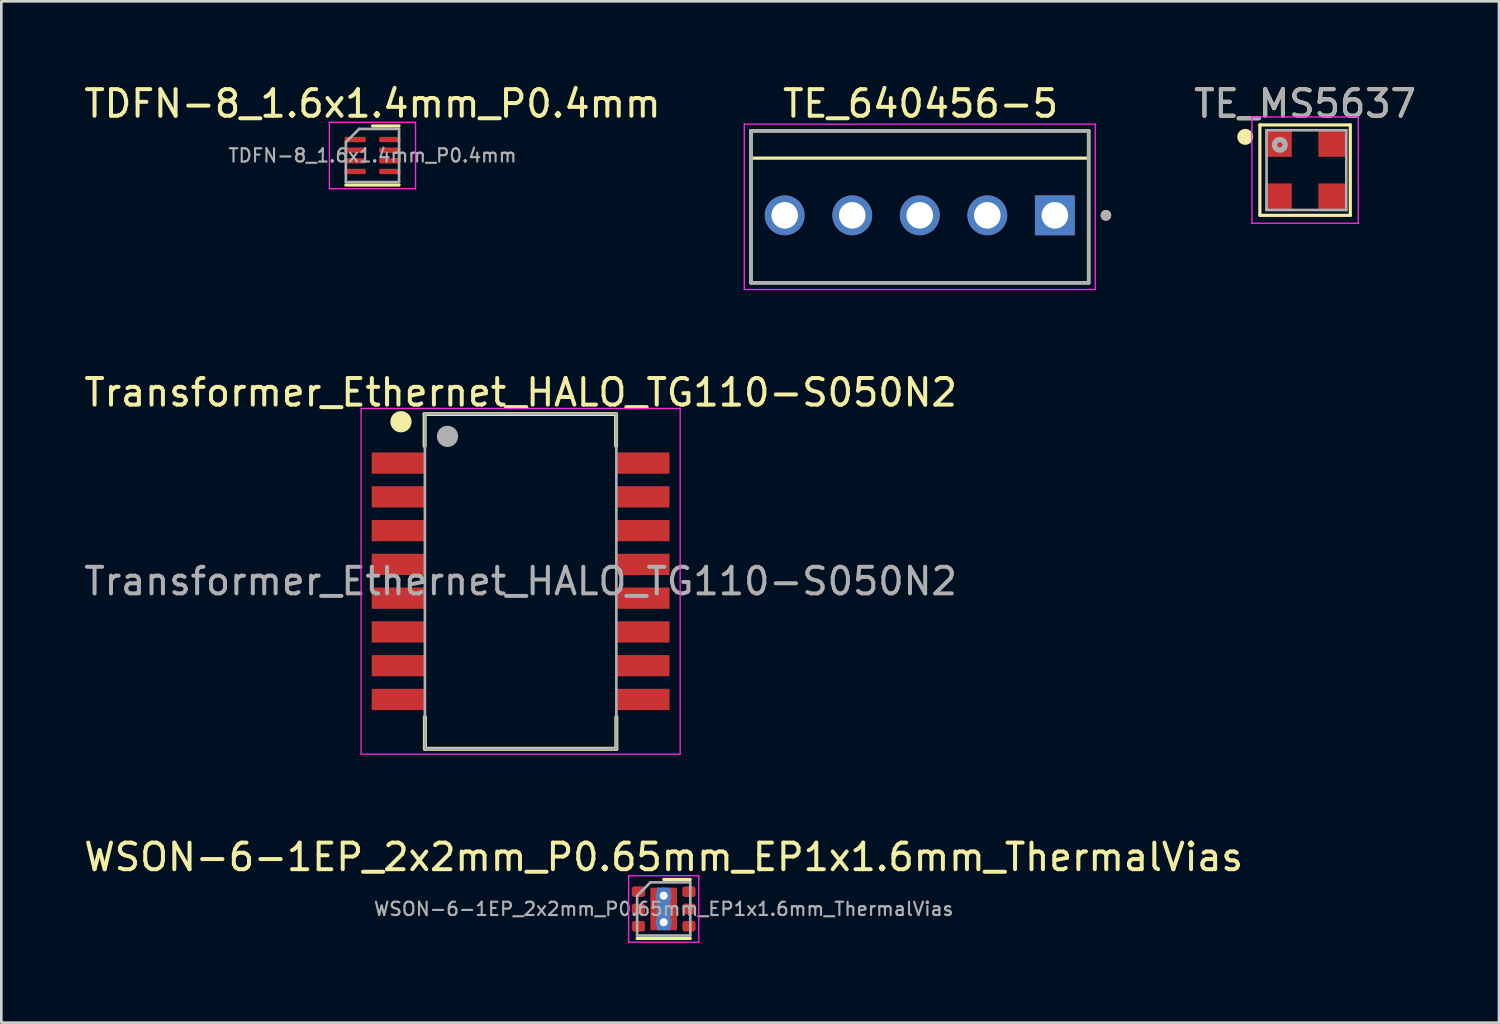
<source format=kicad_pcb>
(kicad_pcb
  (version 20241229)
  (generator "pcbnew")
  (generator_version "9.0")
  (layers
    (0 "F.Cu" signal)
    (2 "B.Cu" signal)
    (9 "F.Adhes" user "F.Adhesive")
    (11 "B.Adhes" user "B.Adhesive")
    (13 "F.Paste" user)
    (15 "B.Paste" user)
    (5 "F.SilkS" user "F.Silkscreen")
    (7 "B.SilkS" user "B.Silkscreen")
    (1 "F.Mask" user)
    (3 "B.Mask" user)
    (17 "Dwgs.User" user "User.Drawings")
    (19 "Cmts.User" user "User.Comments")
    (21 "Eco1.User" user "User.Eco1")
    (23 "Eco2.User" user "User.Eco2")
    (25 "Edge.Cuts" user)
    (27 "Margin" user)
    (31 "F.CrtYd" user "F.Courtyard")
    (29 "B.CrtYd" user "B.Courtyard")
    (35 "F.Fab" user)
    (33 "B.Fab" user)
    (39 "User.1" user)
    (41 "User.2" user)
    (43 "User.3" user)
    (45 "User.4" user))
  (footprint "TE_MS5637"
    (layer "F.Cu")
    (at 46.033 3.348)
    (property "Reference" "TE_MS5637" (at 0 -2.5 0) (layer "F.SilkS") (effects (font (size 1 1) (thickness 0.15))))
    (attr smd)
    (fp_line (start -1.7 -1.7) (end -1.7 1.7) (stroke (width 0.12) (type solid)) (layer "F.SilkS"))
    (fp_line (start -1.7 1.7) (end 1.7 1.7) (stroke (width 0.12) (type solid)) (layer "F.SilkS"))
    (fp_line (start 1.7 -1.7) (end -1.7 -1.7) (stroke (width 0.12) (type solid)) (layer "F.SilkS"))
    (fp_line (start 1.7 1.7) (end 1.7 -1.7) (stroke (width 0.12) (type solid)) (layer "F.SilkS"))
    (fp_circle (center -2.25 -1.25) (end -2.05 -1.25) (stroke (width 0.2) (type solid)) (fill yes) (layer "F.SilkS"))
    (fp_line (start -2 -2) (end 2 -2) (stroke (width 0.05) (type solid)) (layer "F.CrtYd"))
    (fp_line (start -2 2) (end -2 -2) (stroke (width 0.05) (type solid)) (layer "F.CrtYd"))
    (fp_line (start 2 -2) (end 2 2) (stroke (width 0.05) (type solid)) (layer "F.CrtYd"))
    (fp_line (start 2 2) (end -2 2) (stroke (width 0.05) (type solid)) (layer "F.CrtYd"))
    (fp_line (start -1.45 1.5) (end -1.45 -1.5) (stroke (width 0.1) (type solid)) (layer "F.Fab"))
    (fp_line (start 1.55 -1.5) (end -1.45 -1.5) (stroke (width 0.1) (type solid)) (layer "F.Fab"))
    (fp_line (start 1.55 -1.5) (end 1.55 1.5) (stroke (width 0.1) (type solid)) (layer "F.Fab"))
    (fp_line (start 1.55 1.5) (end -1.45 1.5) (stroke (width 0.1) (type solid)) (layer "F.Fab"))
    (fp_circle (center -0.95 -0.95) (end -0.75 -0.95) (stroke (width 0.2) (type solid)) (fill no) (layer "F.Fab"))
    (fp_text user "${REFERENCE}" (at 0 -2.5 0) (layer "F.Fab") (effects (font (size 1 1) (thickness 0.15))))
    (pad "1" smd rect (at -1 -1) (size 1 1) (layers "F.Cu" "F.Mask" "F.Paste"))
    (pad "2" smd rect (at -1 1) (size 1 1) (layers "F.Cu" "F.Mask" "F.Paste"))
    (pad "3" smd rect (at 1 1) (size 1 1) (layers "F.Cu" "F.Mask" "F.Paste"))
    (pad "4" smd rect (at 1 -1) (size 1 1) (layers "F.Cu" "F.Mask" "F.Paste")))
  (footprint "TDFN-8_1.6x1.4mm_P0.4mm"
    (layer "F.Cu")
    (at 10.958 2.798)
    (property "Reference" "TDFN-8_1.6x1.4mm_P0.4mm" (at 0 -1.95 0) (layer "F.SilkS") (effects (font (size 1 1) (thickness 0.15))))
    (attr smd)
    (fp_line (start -1 1.11) (end 1 1.11) (stroke (width 0.12) (type solid)) (layer "F.SilkS"))
    (fp_line (start 0 -1.11) (end 1 -1.11) (stroke (width 0.12) (type solid)) (layer "F.SilkS"))
    (fp_line (start -1.62 -1.25) (end -1.62 1.25) (stroke (width 0.05) (type solid)) (layer "F.CrtYd"))
    (fp_line (start -1.62 1.25) (end 1.62 1.25) (stroke (width 0.05) (type solid)) (layer "F.CrtYd"))
    (fp_line (start 1.62 -1.25) (end -1.62 -1.25) (stroke (width 0.05) (type solid)) (layer "F.CrtYd"))
    (fp_line (start 1.62 1.25) (end 1.62 -1.25) (stroke (width 0.05) (type solid)) (layer "F.CrtYd"))
    (fp_line (start -1 -0.5) (end -0.5 -1) (stroke (width 0.1) (type solid)) (layer "F.Fab"))
    (fp_line (start -1 1) (end -1 -0.5) (stroke (width 0.1) (type solid)) (layer "F.Fab"))
    (fp_line (start -0.5 -1) (end 1 -1) (stroke (width 0.1) (type solid)) (layer "F.Fab"))
    (fp_line (start 1 -1) (end 1 1) (stroke (width 0.1) (type solid)) (layer "F.Fab"))
    (fp_line (start 1 1) (end -1 1) (stroke (width 0.1) (type solid)) (layer "F.Fab"))
    (fp_text user "${REFERENCE}" (at 0 0 0) (layer "F.Fab") (effects (font (size 0.5 0.5) (thickness 0.08))))
    (pad "1" smd roundrect (at -0.65 -0.6) (size 0.8 0.2) (layers "F.Cu" "F.Mask" "F.Paste") (roundrect_rratio 0.25))
    (pad "2" smd roundrect (at -0.65 -0.2) (size 0.8 0.2) (layers "F.Cu" "F.Mask" "F.Paste") (roundrect_rratio 0.25))
    (pad "3" smd roundrect (at -0.65 0.2) (size 0.8 0.2) (layers "F.Cu" "F.Mask" "F.Paste") (roundrect_rratio 0.25))
    (pad "4" smd roundrect (at -0.65 0.6) (size 0.8 0.2) (layers "F.Cu" "F.Mask" "F.Paste") (roundrect_rratio 0.25))
    (pad "5" smd roundrect (at 0.65 0.6) (size 0.8 0.2) (layers "F.Cu" "F.Mask" "F.Paste") (roundrect_rratio 0.25))
    (pad "6" smd roundrect (at 0.65 0.2) (size 0.8 0.2) (layers "F.Cu" "F.Mask" "F.Paste") (roundrect_rratio 0.25))
    (pad "7" smd roundrect (at 0.65 -0.2) (size 0.8 0.2) (layers "F.Cu" "F.Mask" "F.Paste") (roundrect_rratio 0.25))
    (pad "8" smd roundrect (at 0.65 -0.6) (size 0.8 0.2) (layers "F.Cu" "F.Mask" "F.Paste") (roundrect_rratio 0.25)))
  (footprint "WSON-6-1EP_2x2mm_P0.65mm_EP1x1.6mm_ThermalVias"
    (layer "F.Cu")
    (at 21.911 31.135)
    (property "Reference" "WSON-6-1EP_2x2mm_P0.65mm_EP1x1.6mm_ThermalVias" (at 0 -1.95 0) (layer "F.SilkS") (effects (font (size 1 1) (thickness 0.15))))
    (attr smd)
    (fp_line (start -1 1.11) (end 1 1.11) (stroke (width 0.12) (type solid)) (layer "F.SilkS"))
    (fp_line (start 0 -1.11) (end 1 -1.11) (stroke (width 0.12) (type solid)) (layer "F.SilkS"))
    (fp_line (start -1.32 -1.25) (end -1.32 1.25) (stroke (width 0.05) (type solid)) (layer "F.CrtYd"))
    (fp_line (start -1.32 1.25) (end 1.32 1.25) (stroke (width 0.05) (type solid)) (layer "F.CrtYd"))
    (fp_line (start 1.32 -1.25) (end -1.32 -1.25) (stroke (width 0.05) (type solid)) (layer "F.CrtYd"))
    (fp_line (start 1.32 1.25) (end 1.32 -1.25) (stroke (width 0.05) (type solid)) (layer "F.CrtYd"))
    (fp_line (start -1 -0.5) (end -0.5 -1) (stroke (width 0.1) (type solid)) (layer "F.Fab"))
    (fp_line (start -1 1) (end -1 -0.5) (stroke (width 0.1) (type solid)) (layer "F.Fab"))
    (fp_line (start -0.5 -1) (end 1 -1) (stroke (width 0.1) (type solid)) (layer "F.Fab"))
    (fp_line (start 1 -1) (end 1 1) (stroke (width 0.1) (type solid)) (layer "F.Fab"))
    (fp_line (start 1 1) (end -1 1) (stroke (width 0.1) (type solid)) (layer "F.Fab"))
    (fp_text user "${REFERENCE}" (at 0 0 0) (layer "F.Fab") (effects (font (size 0.5 0.5) (thickness 0.08))))
    (pad "" smd roundrect (at 0 -0.4) (size 0.87 0.69) (layers "F.Paste") (roundrect_rratio 0.25))
    (pad "" smd roundrect (at 0 0.4) (size 0.87 0.69) (layers "F.Paste") (roundrect_rratio 0.25))
    (pad "1" smd roundrect (at -0.95 -0.65) (size 0.5 0.4) (layers "F.Cu" "F.Mask" "F.Paste") (roundrect_rratio 0.25))
    (pad "2" smd roundrect (at -0.95 0) (size 0.5 0.4) (layers "F.Cu" "F.Mask" "F.Paste") (roundrect_rratio 0.25))
    (pad "3" smd roundrect (at -0.95 0.65) (size 0.5 0.4) (layers "F.Cu" "F.Mask" "F.Paste") (roundrect_rratio 0.25))
    (pad "4" smd roundrect (at 0.95 0.65) (size 0.5 0.4) (layers "F.Cu" "F.Mask" "F.Paste") (roundrect_rratio 0.25))
    (pad "5" smd roundrect (at 0.95 0) (size 0.5 0.4) (layers "F.Cu" "F.Mask" "F.Paste") (roundrect_rratio 0.25))
    (pad "6" smd roundrect (at 0.95 -0.65) (size 0.5 0.4) (layers "F.Cu" "F.Mask" "F.Paste") (roundrect_rratio 0.25))
    (pad "7" thru_hole circle (at 0 -0.5) (size 0.6 0.6) (drill 0.3) (layers "*.Cu"))
    (pad "7" smd rect (at 0 0) (size 0.5 1.6) (layers "B.Cu"))
    (pad "7" smd rect (at 0 0) (size 1 1.6) (layers "F.Cu" "F.Mask"))
    (pad "7" thru_hole circle (at 0 0.5) (size 0.6 0.6) (drill 0.3) (layers "*.Cu")))
  (footprint "Transformer_Ethernet_HALO_TG110-S050N2"
    (layer "F.Cu")
    (at 16.53 18.811)
    (property "Reference" "Transformer_Ethernet_HALO_TG110-S050N2" (at 0 -7.1 0) (layer "F.SilkS") (effects (font (size 1 1) (thickness 0.15))))
    (attr smd)
    (fp_line (start -3.61 -5.09) (end -3.61 -6.29) (stroke (width 0.15) (type solid)) (layer "F.SilkS"))
    (fp_line (start -3.6 5.1) (end -3.6 6.3) (stroke (width 0.15) (type solid)) (layer "F.SilkS"))
    (fp_line (start -3.6 6.3) (end 3.6 6.3) (stroke (width 0.15) (type solid)) (layer "F.SilkS"))
    (fp_line (start 3.59 -6.29) (end -3.61 -6.29) (stroke (width 0.15) (type solid)) (layer "F.SilkS"))
    (fp_line (start 3.59 -5.09) (end 3.59 -6.29) (stroke (width 0.15) (type solid)) (layer "F.SilkS"))
    (fp_line (start 3.6 5.1) (end 3.6 6.3) (stroke (width 0.15) (type solid)) (layer "F.SilkS"))
    (fp_circle (center -4.5 -6) (end -4.3 -6) (stroke (width 0.4) (type solid)) (fill no) (layer "F.SilkS"))
    (fp_line (start -6 6.5) (end -6 -6.5) (stroke (width 0.05) (type solid)) (layer "F.CrtYd"))
    (fp_line (start -6 6.5) (end 6 6.5) (stroke (width 0.05) (type solid)) (layer "F.CrtYd"))
    (fp_line (start 6 -6.5) (end -6 -6.5) (stroke (width 0.05) (type solid)) (layer "F.CrtYd"))
    (fp_line (start 6 6.5) (end 6 -6.5) (stroke (width 0.05) (type solid)) (layer "F.CrtYd"))
    (fp_line (start -3.6 -6.3) (end -3.6 6.3) (stroke (width 0.1) (type solid)) (layer "F.Fab"))
    (fp_line (start -3.6 6.3) (end 3.6 6.3) (stroke (width 0.1) (type solid)) (layer "F.Fab"))
    (fp_line (start 3.6 -6.3) (end -3.6 -6.3) (stroke (width 0.1) (type solid)) (layer "F.Fab"))
    (fp_line (start 3.6 6.3) (end 3.6 -6.3) (stroke (width 0.1) (type solid)) (layer "F.Fab"))
    (fp_circle (center -2.75 -5.45) (end -2.55 -5.45) (stroke (width 0.4) (type solid)) (fill no) (layer "F.Fab"))
    (fp_text user "${REFERENCE}" (at 0 0 0) (layer "F.Fab") (effects (font (size 1 1) (thickness 0.15))))
    (pad "1" smd rect (at -4.6 -4.445 270) (size 0.8 2) (layers "F.Cu" "F.Mask" "F.Paste"))
    (pad "2" smd rect (at -4.6 -3.175 270) (size 0.8 2) (layers "F.Cu" "F.Mask" "F.Paste"))
    (pad "3" smd rect (at -4.6 -1.905 270) (size 0.8 2) (layers "F.Cu" "F.Mask" "F.Paste"))
    (pad "4" smd rect (at -4.6 -0.635 270) (size 0.8 2) (layers "F.Cu" "F.Mask" "F.Paste"))
    (pad "5" smd rect (at -4.6 0.635 270) (size 0.8 2) (layers "F.Cu" "F.Mask" "F.Paste"))
    (pad "6" smd rect (at -4.6 1.905 270) (size 0.8 2) (layers "F.Cu" "F.Mask" "F.Paste"))
    (pad "7" smd rect (at -4.6 3.175 270) (size 0.8 2) (layers "F.Cu" "F.Mask" "F.Paste"))
    (pad "8" smd rect (at -4.6 4.445 270) (size 0.8 2) (layers "F.Cu" "F.Mask" "F.Paste"))
    (pad "9" smd rect (at 4.6 4.445 270) (size 0.8 2) (layers "F.Cu" "F.Mask" "F.Paste"))
    (pad "10" smd rect (at 4.6 3.175 270) (size 0.8 2) (layers "F.Cu" "F.Mask" "F.Paste"))
    (pad "11" smd rect (at 4.6 1.905 270) (size 0.8 2) (layers "F.Cu" "F.Mask" "F.Paste"))
    (pad "12" smd rect (at 4.6 0.635 270) (size 0.8 2) (layers "F.Cu" "F.Mask" "F.Paste"))
    (pad "13" smd rect (at 4.6 -0.635 270) (size 0.8 2) (layers "F.Cu" "F.Mask" "F.Paste"))
    (pad "14" smd rect (at 4.6 -1.905 270) (size 0.8 2) (layers "F.Cu" "F.Mask" "F.Paste"))
    (pad "15" smd rect (at 4.6 -3.175 270) (size 0.8 2) (layers "F.Cu" "F.Mask" "F.Paste"))
    (pad "16" smd rect (at 4.6 -4.445 270) (size 0.8 2) (layers "F.Cu" "F.Mask" "F.Paste")))
  (footprint "TE_640456-5"
    (layer "F.Cu")
    (at 36.622 5.048)
    (property "Reference" "TE_640456-5" (at -5.05 -4.2 0) (layer "F.SilkS") (effects (font (size 1 1) (thickness 0.15))))
    (attr through_hole)
    (fp_line (start -11.43 2.54) (end -11.43 -3.18) (stroke (width 0.127) (type solid)) (layer "F.SilkS"))
    (fp_line (start -11.4 -2.15) (end 1.25 -2.15) (stroke (width 0.12) (type solid)) (layer "F.SilkS"))
    (fp_line (start 1.27 -3.18) (end -11.43 -3.18) (stroke (width 0.127) (type solid)) (layer "F.SilkS"))
    (fp_line (start 1.27 -3.18) (end 1.27 2.54) (stroke (width 0.127) (type solid)) (layer "F.SilkS"))
    (fp_line (start 1.27 2.54) (end -11.43 2.54) (stroke (width 0.127) (type solid)) (layer "F.SilkS"))
    (fp_circle (center 1.92 0) (end 2.02 0) (stroke (width 0.2) (type solid)) (fill no) (layer "F.SilkS"))
    (fp_line (start -11.68 -3.43) (end 1.52 -3.43) (stroke (width 0.05) (type solid)) (layer "F.CrtYd"))
    (fp_line (start -11.68 2.79) (end -11.68 -3.43) (stroke (width 0.05) (type solid)) (layer "F.CrtYd"))
    (fp_line (start 1.52 -3.43) (end 1.52 2.79) (stroke (width 0.05) (type solid)) (layer "F.CrtYd"))
    (fp_line (start 1.52 2.79) (end -11.68 2.79) (stroke (width 0.05) (type solid)) (layer "F.CrtYd"))
    (fp_line (start -11.43 -3.18) (end 1.27 -3.18) (stroke (width 0.127) (type solid)) (layer "F.Fab"))
    (fp_line (start -11.43 -3.18) (end 1.27 -3.18) (stroke (width 0.127) (type solid)) (layer "F.Fab"))
    (fp_line (start -11.43 2.54) (end -11.43 -3.18) (stroke (width 0.127) (type solid)) (layer "F.Fab"))
    (fp_line (start -11.43 2.54) (end -11.43 -3.18) (stroke (width 0.127) (type solid)) (layer "F.Fab"))
    (fp_line (start 1.27 -3.18) (end 1.27 2.54) (stroke (width 0.127) (type solid)) (layer "F.Fab"))
    (fp_line (start 1.27 -3.18) (end 1.27 2.54) (stroke (width 0.127) (type solid)) (layer "F.Fab"))
    (fp_line (start 1.27 2.54) (end -11.43 2.54) (stroke (width 0.127) (type solid)) (layer "F.Fab"))
    (fp_circle (center 1.92 0) (end 2.02 0) (stroke (width 0.2) (type solid)) (fill no) (layer "F.Fab"))
    (pad "1" thru_hole rect (at 0 0) (size 1.5 1.5) (drill 1) (layers "*.Cu" "*.Mask"))
    (pad "2" thru_hole circle (at -2.54 0) (size 1.5 1.5) (drill 1) (layers "*.Cu" "*.Mask"))
    (pad "3" thru_hole circle (at -5.08 0) (size 1.5 1.5) (drill 1) (layers "*.Cu" "*.Mask"))
    (pad "4" thru_hole circle (at -7.62 0) (size 1.5 1.5) (drill 1) (layers "*.Cu" "*.Mask"))
    (pad "5" thru_hole circle (at -10.16 0) (size 1.5 1.5) (drill 1) (layers "*.Cu" "*.Mask")))
  (gr_rect
    (start -3 -3)
    (end 53.325 35.41)
    (stroke (width 0.1) (type default))
    (fill no)
    (layer "Edge.Cuts")))
</source>
